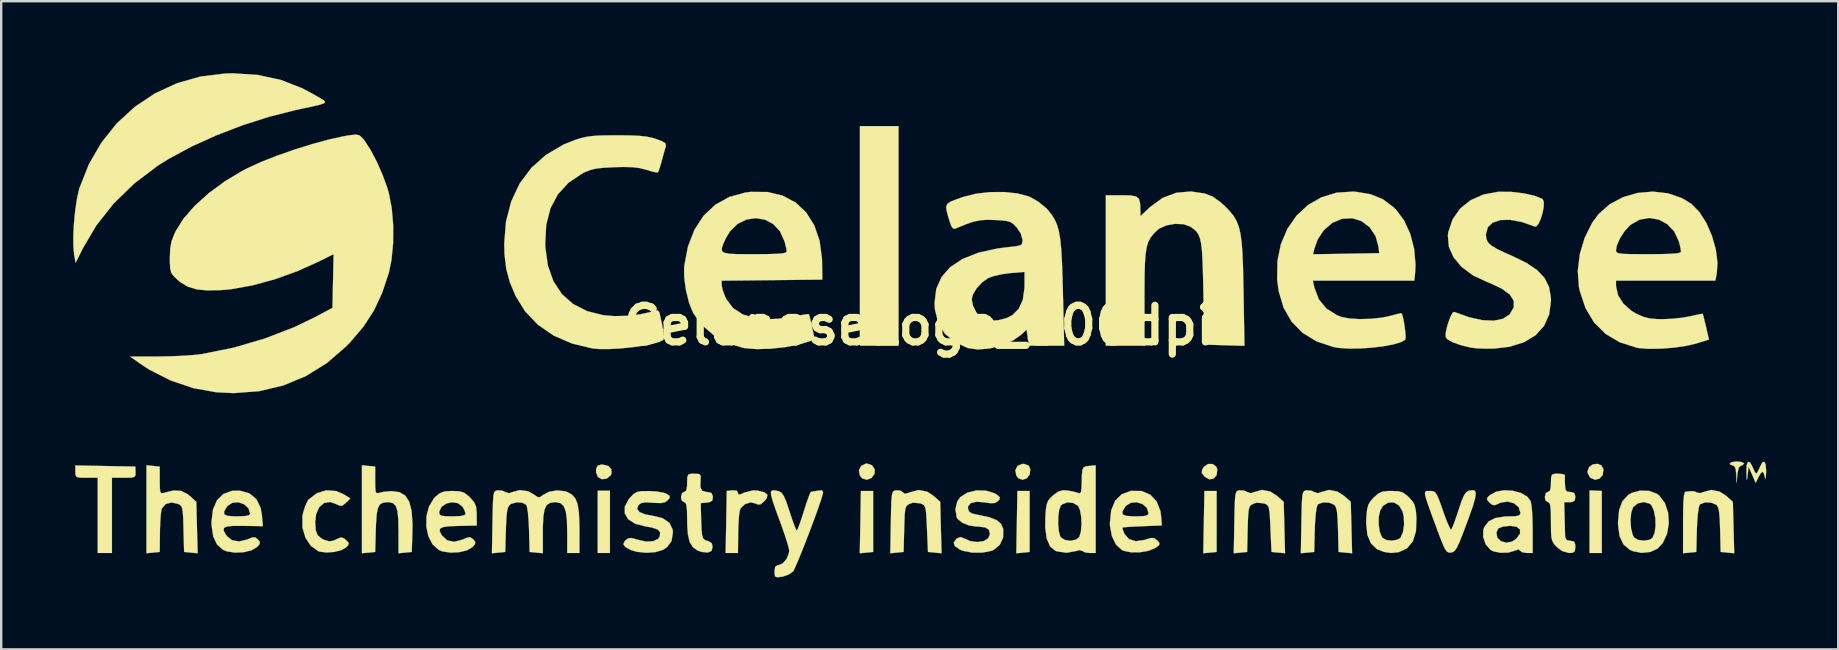
<source format=kicad_pcb>
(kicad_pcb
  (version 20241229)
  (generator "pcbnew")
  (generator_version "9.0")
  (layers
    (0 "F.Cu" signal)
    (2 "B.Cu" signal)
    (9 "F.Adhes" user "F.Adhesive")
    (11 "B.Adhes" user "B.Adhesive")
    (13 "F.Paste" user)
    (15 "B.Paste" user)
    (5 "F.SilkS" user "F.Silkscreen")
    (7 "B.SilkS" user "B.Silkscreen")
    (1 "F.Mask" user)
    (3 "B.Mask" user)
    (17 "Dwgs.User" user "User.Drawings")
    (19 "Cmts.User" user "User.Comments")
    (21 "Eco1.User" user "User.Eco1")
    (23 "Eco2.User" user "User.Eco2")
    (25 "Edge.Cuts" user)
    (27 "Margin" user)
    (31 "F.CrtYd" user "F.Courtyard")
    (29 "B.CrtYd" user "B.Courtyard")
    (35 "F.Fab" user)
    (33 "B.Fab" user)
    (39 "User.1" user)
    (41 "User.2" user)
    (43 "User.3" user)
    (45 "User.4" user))
  (footprint "CelaneseLogo_300dpi"
    (layer "F.Cu")
    (at 35.226 10.502)
    (property "Reference" "CelaneseLogo_300dpi" (at 0 0 0) (layer "F.SilkS") (effects (font (size 1.524 1.524) (thickness 0.3))))
    (attr through_hole)
    (fp_poly (pts (xy -12.869 9.483) (xy -13.377 9.483) (xy -13.377 6.889) (xy -12.869 6.889) (xy -12.869 9.483)) (stroke (width 0.01) (type solid)) (fill yes) (layer "F.SilkS"))
    (fp_poly (pts (xy -0.847 0.847) (xy -2.455 0.847) (xy -2.455 -8.297) (xy -0.847 -8.297) (xy -0.847 0.847)) (stroke (width 0.01) (type solid)) (fill yes) (layer "F.SilkS"))
    (fp_poly (pts (xy 28.448 6.899) (xy 28.448 9.483) (xy 27.94 9.483) (xy 27.94 6.878) (xy 28.448 6.899)) (stroke (width 0.01) (type solid)) (fill yes) (layer "F.SilkS"))
    (fp_poly (pts (xy -1.905 9.44) (xy -2.182 9.467) (xy -2.46 9.494) (xy -2.436 8.197) (xy -2.413 6.9) (xy -1.905 6.9) (xy -1.905 9.44)) (stroke (width 0.01) (type solid)) (fill yes) (layer "F.SilkS"))
    (fp_poly (pts (xy 4.614 9.44) (xy 4.337 9.467) (xy 4.06 9.494) (xy 4.083 8.197) (xy 4.106 6.9) (xy 4.614 6.9) (xy 4.614 9.44)) (stroke (width 0.01) (type solid)) (fill yes) (layer "F.SilkS"))
    (fp_poly (pts (xy 12.404 9.44) (xy 12.126 9.467) (xy 11.849 9.494) (xy 11.872 8.197) (xy 11.896 6.9) (xy 12.404 6.9) (xy 12.404 9.44)) (stroke (width 0.01) (type solid)) (fill yes) (layer "F.SilkS"))
    (fp_poly (pts (xy -1.956 5.827) (xy -1.84 5.997) (xy -1.844 6.181) (xy -1.975 6.362) (xy -2.164 6.432) (xy -2.354 6.38) (xy -2.455 6.265) (xy -2.496 6.044) (xy -2.404 5.857) (xy -2.21 5.761) (xy -2.159 5.757) (xy -1.956 5.827)) (stroke (width 0.01) (type solid)) (fill yes) (layer "F.SilkS"))
    (fp_poly (pts (xy 4.387 5.773) (xy 4.575 5.845) (xy 4.642 5.995) (xy 4.615 6.22) (xy 4.494 6.373) (xy 4.326 6.433) (xy 4.155 6.377) (xy 4.064 6.265) (xy 4.018 6.041) (xy 4.107 5.86) (xy 4.298 5.773) (xy 4.387 5.773)) (stroke (width 0.01) (type solid)) (fill yes) (layer "F.SilkS"))
    (fp_poly (pts (xy 12.235 5.776) (xy 12.386 5.881) (xy 12.431 5.995) (xy 12.407 6.237) (xy 12.282 6.385) (xy 12.1 6.415) (xy 11.902 6.302) (xy 11.786 6.153) (xy 11.799 6.017) (xy 11.879 5.892) (xy 12.044 5.776) (xy 12.235 5.776)) (stroke (width 0.01) (type solid)) (fill yes) (layer "F.SilkS"))
    (fp_poly (pts (xy -12.942 5.855) (xy -12.809 5.996) (xy -12.806 6.183) (xy -12.836 6.244) (xy -13.002 6.386) (xy -13.206 6.411) (xy -13.37 6.316) (xy -13.443 6.135) (xy -13.447 5.995) (xy -13.386 5.849) (xy -13.226 5.801) (xy -13.175 5.8) (xy -12.942 5.855)) (stroke (width 0.01) (type solid)) (fill yes) (layer "F.SilkS"))
    (fp_poly (pts (xy 28.425 5.829) (xy 28.517 5.987) (xy 28.518 5.995) (xy 28.489 6.226) (xy 28.358 6.382) (xy 28.174 6.434) (xy 27.981 6.355) (xy 27.957 6.333) (xy 27.866 6.162) (xy 27.855 6.089) (xy 27.918 5.906) (xy 28.071 5.796) (xy 28.259 5.768) (xy 28.425 5.829)) (stroke (width 0.01) (type solid)) (fill yes) (layer "F.SilkS"))
    (fp_poly (pts (xy 34.274 5.694) (xy 34.372 5.746) (xy 34.375 5.757) (xy 34.306 5.833) (xy 34.253 5.842) (xy 34.157 5.921) (xy 34.102 6.16) (xy 34.098 6.202) (xy 34.066 6.562) (xy 34.051 6.202) (xy 34.02 5.954) (xy 33.947 5.849) (xy 33.909 5.842) (xy 33.796 5.796) (xy 33.782 5.757) (xy 33.856 5.701) (xy 34.039 5.673) (xy 34.078 5.673) (xy 34.274 5.694)) (stroke (width 0.01) (type solid)) (fill yes) (layer "F.SilkS"))
    (fp_poly (pts (xy -33.888 5.861) (xy -32.639 5.884) (xy -32.63 6.117) (xy -32.634 6.247) (xy -32.684 6.317) (xy -32.819 6.345) (xy -33.079 6.35) (xy -33.117 6.35) (xy -33.613 6.35) (xy -33.613 9.483) (xy -34.205 9.483) (xy -34.205 6.35) (xy -34.671 6.35) (xy -34.937 6.346) (xy -35.076 6.318) (xy -35.128 6.243) (xy -35.137 6.099) (xy -35.137 6.094) (xy -35.137 5.837) (xy -33.888 5.861)) (stroke (width 0.01) (type solid)) (fill yes) (layer "F.SilkS"))
    (fp_poly (pts (xy -7.586 6.886) (xy -7.535 6.973) (xy -7.516 7.048) (xy -7.431 7.041) (xy -7.274 6.969) (xy -6.912 6.876) (xy -6.71 6.887) (xy -6.428 6.958) (xy -6.306 7.059) (xy -6.337 7.202) (xy -6.429 7.317) (xy -6.583 7.452) (xy -6.705 7.465) (xy -6.779 7.428) (xy -7.003 7.375) (xy -7.238 7.445) (xy -7.416 7.609) (xy -7.46 7.705) (xy -7.487 7.883) (xy -7.509 8.178) (xy -7.524 8.539) (xy -7.527 8.7) (xy -7.535 9.483) (xy -8.048 9.483) (xy -8.024 8.191) (xy -8.001 6.9) (xy -7.768 6.874) (xy -7.586 6.886)) (stroke (width 0.01) (type solid)) (fill yes) (layer "F.SilkS"))
    (fp_poly (pts (xy 35.273 5.793) (xy 35.294 6.053) (xy 35.293 6.117) (xy 35.281 6.318) (xy 35.262 6.386) (xy 35.245 6.329) (xy 35.199 6.16) (xy 35.145 6.096) (xy 35.066 6.164) (xy 34.97 6.329) (xy 34.97 6.329) (xy 34.861 6.562) (xy 34.712 6.223) (xy 34.563 5.884) (xy 34.526 6.223) (xy 34.504 6.402) (xy 34.49 6.437) (xy 34.481 6.319) (xy 34.474 6.117) (xy 34.485 5.83) (xy 34.537 5.689) (xy 34.618 5.702) (xy 34.719 5.875) (xy 34.739 5.927) (xy 34.818 6.102) (xy 34.88 6.18) (xy 34.883 6.181) (xy 34.942 6.11) (xy 35.021 5.94) (xy 35.026 5.927) (xy 35.129 5.722) (xy 35.215 5.68) (xy 35.273 5.793)) (stroke (width 0.01) (type solid)) (fill yes) (layer "F.SilkS"))
    (fp_poly (pts (xy -31.898 5.858) (xy -31.623 5.884) (xy -31.623 6.46) (xy -31.619 6.763) (xy -31.601 6.93) (xy -31.558 6.993) (xy -31.478 6.987) (xy -31.454 6.98) (xy -31.053 6.881) (xy -30.74 6.895) (xy -30.474 7.024) (xy -30.384 7.097) (xy -30.099 7.352) (xy -30.071 8.423) (xy -30.043 9.494) (xy -30.607 9.44) (xy -30.631 8.485) (xy -30.643 8.07) (xy -30.66 7.792) (xy -30.688 7.62) (xy -30.734 7.521) (xy -30.805 7.463) (xy -30.858 7.437) (xy -31.135 7.378) (xy -31.375 7.445) (xy -31.53 7.621) (xy -31.55 7.68) (xy -31.577 7.867) (xy -31.599 8.168) (xy -31.613 8.531) (xy -31.615 8.674) (xy -31.623 9.44) (xy -31.898 9.467) (xy -32.173 9.493) (xy -32.173 5.831) (xy -31.898 5.858)) (stroke (width 0.01) (type solid)) (fill yes) (layer "F.SilkS"))
    (fp_poly (pts (xy -22.924 5.858) (xy -22.648 5.884) (xy -22.648 6.46) (xy -22.645 6.763) (xy -22.627 6.929) (xy -22.584 6.992) (xy -22.504 6.984) (xy -22.479 6.975) (xy -22.286 6.935) (xy -22.021 6.911) (xy -21.956 6.909) (xy -21.635 6.95) (xy -21.395 7.092) (xy -21.229 7.348) (xy -21.131 7.731) (xy -21.094 8.255) (xy -21.098 8.636) (xy -21.124 9.44) (xy -21.675 9.493) (xy -21.675 8.563) (xy -21.684 8.082) (xy -21.717 7.747) (xy -21.784 7.532) (xy -21.894 7.414) (xy -22.055 7.369) (xy -22.13 7.366) (xy -22.317 7.385) (xy -22.448 7.458) (xy -22.534 7.612) (xy -22.585 7.872) (xy -22.613 8.262) (xy -22.622 8.509) (xy -22.648 9.44) (xy -23.199 9.493) (xy -23.199 5.831) (xy -22.924 5.858)) (stroke (width 0.01) (type solid)) (fill yes) (layer "F.SilkS"))
    (fp_poly (pts (xy 17.437 6.925) (xy 17.715 7.105) (xy 17.992 7.352) (xy 18.02 8.423) (xy 18.048 9.494) (xy 17.484 9.44) (xy 17.461 8.509) (xy 17.445 8.079) (xy 17.421 7.788) (xy 17.383 7.605) (xy 17.327 7.5) (xy 17.296 7.472) (xy 17.084 7.385) (xy 16.84 7.375) (xy 16.643 7.444) (xy 16.608 7.477) (xy 16.568 7.603) (xy 16.533 7.859) (xy 16.505 8.204) (xy 16.492 8.514) (xy 16.468 9.44) (xy 16.19 9.467) (xy 15.913 9.494) (xy 15.936 8.197) (xy 15.946 7.703) (xy 15.957 7.354) (xy 15.974 7.122) (xy 16.001 6.983) (xy 16.041 6.912) (xy 16.1 6.882) (xy 16.155 6.873) (xy 16.359 6.89) (xy 16.467 6.942) (xy 16.623 6.995) (xy 16.753 6.949) (xy 17.09 6.857) (xy 17.437 6.925)) (stroke (width 0.01) (type solid)) (fill yes) (layer "F.SilkS"))
    (fp_poly (pts (xy 33.354 6.925) (xy 33.632 7.105) (xy 33.909 7.352) (xy 33.937 8.423) (xy 33.965 9.494) (xy 33.401 9.44) (xy 33.378 8.509) (xy 33.363 8.079) (xy 33.338 7.788) (xy 33.301 7.605) (xy 33.245 7.5) (xy 33.214 7.472) (xy 33.002 7.385) (xy 32.757 7.375) (xy 32.561 7.444) (xy 32.525 7.477) (xy 32.486 7.603) (xy 32.45 7.859) (xy 32.422 8.204) (xy 32.409 8.514) (xy 32.385 9.44) (xy 32.11 9.467) (xy 31.835 9.493) (xy 31.835 8.218) (xy 31.838 7.695) (xy 31.851 7.323) (xy 31.873 7.083) (xy 31.907 6.959) (xy 31.941 6.93) (xy 32.176 6.907) (xy 32.308 6.916) (xy 32.398 6.962) (xy 32.401 6.964) (xy 32.557 6.989) (xy 32.67 6.949) (xy 33.008 6.857) (xy 33.354 6.925)) (stroke (width 0.01) (type solid)) (fill yes) (layer "F.SilkS"))
    (fp_poly (pts (xy 14.643 6.925) (xy 14.921 7.105) (xy 15.198 7.352) (xy 15.226 8.423) (xy 15.254 9.494) (xy 14.69 9.44) (xy 14.647 8.468) (xy 14.628 8.051) (xy 14.607 7.772) (xy 14.578 7.599) (xy 14.531 7.502) (xy 14.46 7.449) (xy 14.376 7.416) (xy 14.071 7.388) (xy 13.934 7.432) (xy 13.842 7.482) (xy 13.78 7.551) (xy 13.742 7.673) (xy 13.719 7.88) (xy 13.705 8.203) (xy 13.698 8.485) (xy 13.674 9.44) (xy 13.396 9.467) (xy 13.119 9.494) (xy 13.142 8.197) (xy 13.152 7.703) (xy 13.163 7.354) (xy 13.18 7.122) (xy 13.207 6.983) (xy 13.247 6.912) (xy 13.306 6.882) (xy 13.361 6.873) (xy 13.565 6.89) (xy 13.673 6.942) (xy 13.829 6.995) (xy 13.959 6.949) (xy 14.296 6.857) (xy 14.643 6.925)) (stroke (width 0.01) (type solid)) (fill yes) (layer "F.SilkS"))
    (fp_poly (pts (xy 0.348 6.929) (xy 0.612 7.105) (xy 0.889 7.352) (xy 0.917 8.423) (xy 0.945 9.494) (xy 0.381 9.44) (xy 0.339 8.468) (xy 0.319 8.051) (xy 0.299 7.772) (xy 0.269 7.599) (xy 0.223 7.502) (xy 0.151 7.449) (xy 0.067 7.416) (xy -0.238 7.388) (xy -0.375 7.432) (xy -0.467 7.482) (xy -0.529 7.551) (xy -0.567 7.673) (xy -0.59 7.88) (xy -0.603 8.203) (xy -0.611 8.485) (xy -0.635 9.44) (xy -0.912 9.467) (xy -1.19 9.494) (xy -1.166 8.197) (xy -1.157 7.704) (xy -1.146 7.354) (xy -1.129 7.122) (xy -1.103 6.984) (xy -1.062 6.912) (xy -1.002 6.882) (xy -0.941 6.872) (xy -0.759 6.89) (xy -0.672 6.952) (xy -0.587 7.016) (xy -0.435 6.981) (xy -0.383 6.959) (xy -0.003 6.861) (xy 0.348 6.929)) (stroke (width 0.01) (type solid)) (fill yes) (layer "F.SilkS"))
    (fp_poly (pts (xy -27.539 -10.429) (xy -26.583 -10.224) (xy -25.681 -9.873) (xy -25.095 -9.555) (xy -24.907 -9.444) (xy -24.781 -9.364) (xy -24.732 -9.303) (xy -24.776 -9.251) (xy -24.928 -9.197) (xy -25.205 -9.131) (xy -25.62 -9.042) (xy -25.95 -8.971) (xy -27.055 -8.692) (xy -28.176 -8.334) (xy -29.275 -7.911) (xy -30.309 -7.442) (xy -31.238 -6.942) (xy -31.702 -6.652) (xy -32.684 -5.91) (xy -33.542 -5.074) (xy -34.265 -4.16) (xy -34.806 -3.243) (xy -35.126 -2.607) (xy -35.185 -2.923) (xy -35.219 -3.276) (xy -35.221 -3.742) (xy -35.193 -4.268) (xy -35.14 -4.802) (xy -35.066 -5.293) (xy -34.976 -5.687) (xy -34.967 -5.715) (xy -34.57 -6.717) (xy -34.044 -7.622) (xy -33.402 -8.421) (xy -32.657 -9.103) (xy -31.82 -9.661) (xy -30.905 -10.084) (xy -29.923 -10.363) (xy -28.887 -10.49) (xy -28.575 -10.497) (xy -27.539 -10.429)) (stroke (width 0.01) (type solid)) (fill yes) (layer "F.SilkS"))
    (fp_poly (pts (xy -24.268 6.905) (xy -23.969 7.034) (xy -23.682 7.209) (xy -23.864 7.392) (xy -24.014 7.512) (xy -24.14 7.511) (xy -24.214 7.47) (xy -24.513 7.359) (xy -24.775 7.4) (xy -24.981 7.578) (xy -25.111 7.878) (xy -25.146 8.2) (xy -25.125 8.532) (xy -25.045 8.743) (xy -24.883 8.882) (xy -24.775 8.934) (xy -24.557 8.999) (xy -24.371 8.965) (xy -24.272 8.918) (xy -24.091 8.841) (xy -23.969 8.861) (xy -23.865 8.942) (xy -23.754 9.057) (xy -23.763 9.145) (xy -23.866 9.256) (xy -24.067 9.369) (xy -24.364 9.441) (xy -24.686 9.463) (xy -24.963 9.427) (xy -25.019 9.406) (xy -25.331 9.182) (xy -25.555 8.841) (xy -25.675 8.423) (xy -25.677 7.964) (xy -25.651 7.818) (xy -25.567 7.542) (xy -25.462 7.316) (xy -25.417 7.253) (xy -25.075 6.991) (xy -24.679 6.873) (xy -24.268 6.905)) (stroke (width 0.01) (type solid)) (fill yes) (layer "F.SilkS"))
    (fp_poly (pts (xy 30.416 6.898) (xy 30.738 7.012) (xy 30.837 7.084) (xy 31.077 7.402) (xy 31.211 7.805) (xy 31.241 8.246) (xy 31.168 8.68) (xy 30.993 9.06) (xy 30.775 9.299) (xy 30.474 9.44) (xy 30.107 9.477) (xy 29.74 9.407) (xy 29.613 9.35) (xy 29.351 9.125) (xy 29.19 8.782) (xy 29.127 8.31) (xy 29.125 8.209) (xy 29.133 8.119) (xy 29.645 8.119) (xy 29.667 8.449) (xy 29.735 8.727) (xy 29.798 8.843) (xy 29.969 8.94) (xy 30.21 8.971) (xy 30.44 8.933) (xy 30.556 8.858) (xy 30.651 8.646) (xy 30.691 8.347) (xy 30.679 8.017) (xy 30.619 7.713) (xy 30.516 7.492) (xy 30.454 7.433) (xy 30.203 7.361) (xy 29.942 7.418) (xy 29.752 7.579) (xy 29.673 7.806) (xy 29.645 8.119) (xy 29.133 8.119) (xy 29.171 7.7) (xy 29.312 7.323) (xy 29.556 7.062) (xy 29.694 6.982) (xy 30.046 6.886) (xy 30.416 6.898)) (stroke (width 0.01) (type solid)) (fill yes) (layer "F.SilkS"))
    (fp_poly (pts (xy 23.168 6.899) (xy 23.2 7.009) (xy 23.171 7.212) (xy 23.079 7.527) (xy 22.924 7.971) (xy 22.833 8.218) (xy 22.657 8.688) (xy 22.524 9.021) (xy 22.422 9.241) (xy 22.338 9.373) (xy 22.259 9.44) (xy 22.172 9.465) (xy 22.167 9.466) (xy 22.08 9.467) (xy 22.007 9.432) (xy 21.932 9.338) (xy 21.844 9.16) (xy 21.729 8.876) (xy 21.574 8.462) (xy 21.523 8.323) (xy 21.336 7.815) (xy 21.203 7.445) (xy 21.12 7.191) (xy 21.084 7.031) (xy 21.091 6.944) (xy 21.137 6.907) (xy 21.22 6.9) (xy 21.294 6.9) (xy 21.41 6.908) (xy 21.499 6.951) (xy 21.577 7.057) (xy 21.665 7.255) (xy 21.78 7.575) (xy 21.832 7.725) (xy 21.955 8.063) (xy 22.062 8.327) (xy 22.142 8.484) (xy 22.174 8.514) (xy 22.223 8.423) (xy 22.308 8.207) (xy 22.414 7.904) (xy 22.478 7.708) (xy 22.603 7.337) (xy 22.703 7.098) (xy 22.794 6.962) (xy 22.893 6.897) (xy 22.925 6.887) (xy 23.076 6.864) (xy 23.168 6.899)) (stroke (width 0.01) (type solid)) (fill yes) (layer "F.SilkS"))
    (fp_poly (pts (xy 19.975 6.913) (xy 20.17 6.97) (xy 20.344 7.099) (xy 20.421 7.174) (xy 20.571 7.341) (xy 20.658 7.505) (xy 20.704 7.725) (xy 20.728 8.032) (xy 20.708 8.578) (xy 20.578 8.997) (xy 20.339 9.287) (xy 19.992 9.448) (xy 19.668 9.482) (xy 19.371 9.437) (xy 19.092 9.327) (xy 19.08 9.32) (xy 18.832 9.081) (xy 18.684 8.726) (xy 18.64 8.294) (xy 19.155 8.294) (xy 19.2 8.602) (xy 19.289 8.827) (xy 19.304 8.848) (xy 19.476 8.944) (xy 19.718 8.97) (xy 19.949 8.927) (xy 20.063 8.851) (xy 20.165 8.629) (xy 20.213 8.314) (xy 20.202 7.975) (xy 20.154 7.757) (xy 20.002 7.503) (xy 19.786 7.378) (xy 19.548 7.383) (xy 19.334 7.522) (xy 19.218 7.709) (xy 19.159 7.972) (xy 19.155 8.294) (xy 18.64 8.294) (xy 18.635 8.243) (xy 18.643 7.99) (xy 18.673 7.672) (xy 18.731 7.46) (xy 18.84 7.291) (xy 18.95 7.173) (xy 19.135 7.01) (xy 19.313 6.928) (xy 19.558 6.902) (xy 19.685 6.9) (xy 19.975 6.913)) (stroke (width 0.01) (type solid)) (fill yes) (layer "F.SilkS"))
    (fp_poly (pts (xy -9.161 6.192) (xy -9.088 6.259) (xy -9.092 6.429) (xy -9.094 6.452) (xy -9.102 6.734) (xy -9.03 6.888) (xy -8.863 6.941) (xy -8.817 6.943) (xy -8.646 6.977) (xy -8.585 7.109) (xy -8.582 7.15) (xy -8.603 7.301) (xy -8.722 7.367) (xy -8.828 7.382) (xy -9.086 7.408) (xy -9.068 8.128) (xy -9.054 8.504) (xy -9.029 8.745) (xy -8.981 8.883) (xy -8.897 8.953) (xy -8.767 8.988) (xy -8.763 8.989) (xy -8.624 9.081) (xy -8.594 9.23) (xy -8.635 9.397) (xy -8.79 9.461) (xy -8.805 9.462) (xy -9.045 9.44) (xy -9.227 9.376) (xy -9.418 9.235) (xy -9.545 9.026) (xy -9.619 8.718) (xy -9.649 8.284) (xy -9.651 8.107) (xy -9.657 7.741) (xy -9.676 7.515) (xy -9.714 7.4) (xy -9.775 7.366) (xy -9.779 7.366) (xy -9.881 7.292) (xy -9.906 7.154) (xy -9.862 6.984) (xy -9.779 6.943) (xy -9.695 6.893) (xy -9.657 6.723) (xy -9.652 6.562) (xy -9.646 6.328) (xy -9.603 6.217) (xy -9.488 6.183) (xy -9.357 6.181) (xy -9.161 6.192)) (stroke (width 0.01) (type solid)) (fill yes) (layer "F.SilkS"))
    (fp_poly (pts (xy -27.889 6.999) (xy -27.598 7.238) (xy -27.419 7.601) (xy -27.366 7.902) (xy -27.328 8.366) (xy -28.142 8.353) (xy -28.556 8.353) (xy -28.819 8.379) (xy -28.948 8.439) (xy -28.961 8.546) (xy -28.877 8.71) (xy -28.831 8.776) (xy -28.613 8.951) (xy -28.316 9.004) (xy -27.985 8.926) (xy -27.955 8.913) (xy -27.76 8.833) (xy -27.643 8.835) (xy -27.535 8.92) (xy -27.448 9.029) (xy -27.472 9.126) (xy -27.58 9.245) (xy -27.806 9.375) (xy -28.131 9.451) (xy -28.49 9.467) (xy -28.819 9.418) (xy -28.976 9.355) (xy -29.234 9.132) (xy -29.393 8.801) (xy -29.461 8.344) (xy -29.464 8.187) (xy -29.428 7.87) (xy -28.94 7.87) (xy -28.811 7.934) (xy -28.536 7.957) (xy -28.406 7.959) (xy -28.078 7.947) (xy -27.901 7.908) (xy -27.855 7.851) (xy -27.927 7.617) (xy -28.109 7.452) (xy -28.349 7.371) (xy -28.597 7.39) (xy -28.801 7.525) (xy -28.824 7.554) (xy -28.939 7.749) (xy -28.94 7.87) (xy -29.428 7.87) (xy -29.406 7.681) (xy -29.239 7.291) (xy -28.971 7.025) (xy -28.609 6.894) (xy -28.29 6.888) (xy -27.889 6.999)) (stroke (width 0.01) (type solid)) (fill yes) (layer "F.SilkS"))
    (fp_poly (pts (xy 26.821 6.197) (xy 26.913 6.236) (xy 26.914 6.244) (xy 26.91 6.364) (xy 26.913 6.578) (xy 26.914 6.625) (xy 26.935 6.835) (xy 27.002 6.925) (xy 27.136 6.943) (xy 27.297 6.978) (xy 27.346 7.115) (xy 27.347 7.154) (xy 27.317 7.31) (xy 27.19 7.363) (xy 27.114 7.366) (xy 26.882 7.366) (xy 26.9 8.022) (xy 26.909 8.357) (xy 26.916 8.638) (xy 26.921 8.813) (xy 26.921 8.826) (xy 26.989 8.947) (xy 27.136 8.975) (xy 27.287 9.002) (xy 27.342 9.118) (xy 27.347 9.229) (xy 27.327 9.407) (xy 27.231 9.474) (xy 27.087 9.483) (xy 26.791 9.401) (xy 26.579 9.235) (xy 26.464 9.112) (xy 26.392 8.993) (xy 26.352 8.836) (xy 26.335 8.6) (xy 26.331 8.242) (xy 26.331 8.177) (xy 26.327 7.792) (xy 26.31 7.547) (xy 26.278 7.416) (xy 26.224 7.368) (xy 26.204 7.366) (xy 26.102 7.292) (xy 26.077 7.154) (xy 26.121 6.984) (xy 26.204 6.943) (xy 26.288 6.893) (xy 26.326 6.723) (xy 26.331 6.562) (xy 26.338 6.328) (xy 26.381 6.217) (xy 26.496 6.183) (xy 26.628 6.181) (xy 26.821 6.197)) (stroke (width 0.01) (type solid)) (fill yes) (layer "F.SilkS"))
    (fp_poly (pts (xy 2.79 6.886) (xy 3.147 6.993) (xy 3.266 7.066) (xy 3.376 7.17) (xy 3.349 7.263) (xy 3.298 7.319) (xy 3.174 7.399) (xy 2.99 7.411) (xy 2.784 7.38) (xy 2.417 7.347) (xy 2.168 7.401) (xy 2.051 7.537) (xy 2.047 7.641) (xy 2.094 7.763) (xy 2.22 7.84) (xy 2.467 7.897) (xy 2.498 7.902) (xy 2.943 7.998) (xy 3.245 8.117) (xy 3.427 8.275) (xy 3.515 8.486) (xy 3.517 8.495) (xy 3.509 8.846) (xy 3.367 9.148) (xy 3.115 9.357) (xy 3.038 9.389) (xy 2.652 9.467) (xy 2.226 9.468) (xy 1.841 9.394) (xy 1.714 9.343) (xy 1.499 9.197) (xy 1.451 9.049) (xy 1.566 8.89) (xy 1.573 8.884) (xy 1.735 8.819) (xy 1.851 8.863) (xy 2.143 8.989) (xy 2.441 9.028) (xy 2.705 8.987) (xy 2.893 8.871) (xy 2.963 8.689) (xy 2.919 8.517) (xy 2.77 8.42) (xy 2.49 8.383) (xy 2.402 8.382) (xy 2.095 8.338) (xy 1.814 8.225) (xy 1.619 8.07) (xy 1.577 7.997) (xy 1.522 7.659) (xy 1.601 7.336) (xy 1.726 7.156) (xy 2.019 6.971) (xy 2.394 6.879) (xy 2.79 6.886)) (stroke (width 0.01) (type solid)) (fill yes) (layer "F.SilkS"))
    (fp_poly (pts (xy 11.917 -5.489) (xy 12.237 -5.364) (xy 12.56 -5.135) (xy 12.751 -4.96) (xy 12.948 -4.758) (xy 13.107 -4.563) (xy 13.232 -4.355) (xy 13.327 -4.112) (xy 13.398 -3.813) (xy 13.448 -3.437) (xy 13.482 -2.961) (xy 13.505 -2.365) (xy 13.521 -1.628) (xy 13.526 -1.373) (xy 13.563 0.853) (xy 11.896 0.804) (xy 11.853 -1.359) (xy 11.838 -2.065) (xy 11.821 -2.623) (xy 11.798 -3.053) (xy 11.764 -3.376) (xy 11.715 -3.614) (xy 11.647 -3.786) (xy 11.557 -3.915) (xy 11.439 -4.02) (xy 11.301 -4.116) (xy 11.023 -4.214) (xy 10.67 -4.227) (xy 10.311 -4.164) (xy 10.012 -4.03) (xy 9.939 -3.972) (xy 9.778 -3.812) (xy 9.652 -3.655) (xy 9.557 -3.476) (xy 9.49 -3.254) (xy 9.444 -2.964) (xy 9.417 -2.584) (xy 9.403 -2.092) (xy 9.398 -1.462) (xy 9.398 -1.146) (xy 9.398 0.847) (xy 7.789 0.847) (xy 7.789 -5.419) (xy 8.457 -5.419) (xy 8.82 -5.411) (xy 9.046 -5.369) (xy 9.167 -5.268) (xy 9.217 -5.081) (xy 9.228 -4.793) (xy 9.229 -4.549) (xy 9.642 -4.935) (xy 10.155 -5.308) (xy 10.724 -5.522) (xy 11.342 -5.575) (xy 11.917 -5.489)) (stroke (width 0.01) (type solid)) (fill yes) (layer "F.SilkS"))
    (fp_poly (pts (xy -10.929 6.923) (xy -10.655 6.968) (xy -10.513 7.017) (xy -10.379 7.107) (xy -10.383 7.192) (xy -10.455 7.28) (xy -10.57 7.368) (xy -10.736 7.404) (xy -11.005 7.396) (xy -11.078 7.39) (xy -11.378 7.374) (xy -11.559 7.401) (xy -11.671 7.478) (xy -11.679 7.487) (xy -11.738 7.647) (xy -11.637 7.78) (xy -11.383 7.881) (xy -11.09 7.932) (xy -10.673 8.035) (xy -10.394 8.226) (xy -10.258 8.5) (xy -10.245 8.638) (xy -10.303 8.988) (xy -10.49 9.241) (xy -10.666 9.355) (xy -10.976 9.448) (xy -11.364 9.474) (xy -11.753 9.433) (xy -11.991 9.361) (xy -12.229 9.233) (xy -12.311 9.115) (xy -12.247 8.985) (xy -12.208 8.947) (xy -12.095 8.869) (xy -11.965 8.859) (xy -11.754 8.918) (xy -11.706 8.934) (xy -11.362 9.009) (xy -11.066 8.994) (xy -10.858 8.894) (xy -10.789 8.787) (xy -10.777 8.623) (xy -10.876 8.507) (xy -11.107 8.425) (xy -11.406 8.373) (xy -11.82 8.264) (xy -12.105 8.079) (xy -12.251 7.836) (xy -12.247 7.552) (xy -12.086 7.245) (xy -12.029 7.177) (xy -11.88 7.024) (xy -11.738 6.942) (xy -11.545 6.909) (xy -11.246 6.904) (xy -10.929 6.923)) (stroke (width 0.01) (type solid)) (fill yes) (layer "F.SilkS"))
    (fp_poly (pts (xy 7.366 9.483) (xy 7.117 9.483) (xy 6.922 9.458) (xy 6.818 9.401) (xy 6.7 9.363) (xy 6.553 9.401) (xy 6.152 9.474) (xy 5.746 9.414) (xy 5.69 9.394) (xy 5.473 9.217) (xy 5.33 8.895) (xy 5.265 8.438) (xy 5.266 8.285) (xy 5.803 8.285) (xy 5.831 8.584) (xy 5.892 8.798) (xy 5.916 8.834) (xy 6.096 8.946) (xy 6.334 8.975) (xy 6.557 8.923) (xy 6.686 8.811) (xy 6.752 8.586) (xy 6.776 8.28) (xy 6.761 7.957) (xy 6.709 7.679) (xy 6.633 7.521) (xy 6.428 7.397) (xy 6.179 7.376) (xy 5.963 7.46) (xy 5.917 7.504) (xy 5.846 7.682) (xy 5.808 7.963) (xy 5.803 8.285) (xy 5.266 8.285) (xy 5.269 8.009) (xy 5.293 7.666) (xy 5.33 7.444) (xy 5.395 7.292) (xy 5.506 7.163) (xy 5.585 7.09) (xy 5.804 6.926) (xy 6.006 6.871) (xy 6.17 6.879) (xy 6.419 6.921) (xy 6.613 6.975) (xy 6.625 6.98) (xy 6.711 6.998) (xy 6.758 6.932) (xy 6.778 6.748) (xy 6.783 6.592) (xy 6.792 6.247) (xy 6.812 6.037) (xy 6.856 5.926) (xy 6.941 5.878) (xy 7.079 5.859) (xy 7.091 5.858) (xy 7.366 5.831) (xy 7.366 9.483)) (stroke (width 0.01) (type solid)) (fill yes) (layer "F.SilkS"))
    (fp_poly (pts (xy 9.283 6.903) (xy 9.64 7.055) (xy 9.906 7.337) (xy 10.062 7.734) (xy 10.093 7.965) (xy 10.118 8.336) (xy 9.313 8.367) (xy 8.964 8.383) (xy 8.684 8.4) (xy 8.514 8.417) (xy 8.48 8.426) (xy 8.493 8.512) (xy 8.563 8.683) (xy 8.565 8.688) (xy 8.755 8.908) (xy 9.039 8.993) (xy 9.403 8.939) (xy 9.449 8.924) (xy 9.67 8.859) (xy 9.805 8.867) (xy 9.92 8.952) (xy 9.933 8.964) (xy 10.027 9.074) (xy 10.009 9.155) (xy 9.865 9.263) (xy 9.848 9.274) (xy 9.569 9.391) (xy 9.21 9.453) (xy 8.841 9.456) (xy 8.534 9.395) (xy 8.457 9.36) (xy 8.211 9.13) (xy 8.041 8.779) (xy 7.962 8.344) (xy 7.959 8.227) (xy 7.996 7.87) (xy 8.483 7.87) (xy 8.612 7.934) (xy 8.886 7.957) (xy 9.017 7.959) (xy 9.32 7.952) (xy 9.488 7.925) (xy 9.558 7.869) (xy 9.567 7.817) (xy 9.495 7.597) (xy 9.314 7.444) (xy 9.074 7.37) (xy 8.827 7.391) (xy 8.625 7.521) (xy 8.598 7.554) (xy 8.484 7.749) (xy 8.483 7.87) (xy 7.996 7.87) (xy 8.014 7.703) (xy 8.178 7.306) (xy 8.45 7.037) (xy 8.829 6.899) (xy 8.85 6.896) (xy 9.283 6.903)) (stroke (width 0.01) (type solid)) (fill yes) (layer "F.SilkS"))
    (fp_poly (pts (xy -5.99 6.878) (xy -5.836 6.91) (xy -5.721 6.977) (xy -5.626 7.109) (xy -5.528 7.335) (xy -5.409 7.688) (xy -5.378 7.783) (xy -5.268 8.113) (xy -5.173 8.372) (xy -5.106 8.525) (xy -5.085 8.55) (xy -5.042 8.475) (xy -4.964 8.271) (xy -4.863 7.974) (xy -4.791 7.746) (xy -4.682 7.406) (xy -4.587 7.136) (xy -4.519 6.971) (xy -4.495 6.936) (xy -4.383 6.918) (xy -4.202 6.889) (xy -4.034 6.876) (xy -3.989 6.939) (xy -4.011 7.058) (xy -4.077 7.276) (xy -4.187 7.6) (xy -4.331 7.999) (xy -4.495 8.441) (xy -4.669 8.895) (xy -4.839 9.33) (xy -4.995 9.715) (xy -5.124 10.018) (xy -5.214 10.209) (xy -5.24 10.253) (xy -5.414 10.377) (xy -5.659 10.464) (xy -5.694 10.47) (xy -5.901 10.495) (xy -5.99 10.456) (xy -6.011 10.32) (xy -6.011 10.256) (xy -5.987 10.065) (xy -5.895 9.995) (xy -5.844 9.991) (xy -5.67 9.917) (xy -5.513 9.734) (xy -5.415 9.5) (xy -5.401 9.376) (xy -5.431 9.227) (xy -5.511 8.957) (xy -5.628 8.603) (xy -5.772 8.2) (xy -5.793 8.144) (xy -5.97 7.662) (xy -6.088 7.317) (xy -6.151 7.087) (xy -6.163 6.95) (xy -6.126 6.886) (xy -6.044 6.873) (xy -5.99 6.878)) (stroke (width 0.01) (type solid)) (fill yes) (layer "F.SilkS"))
    (fp_poly (pts (xy 24.741 6.891) (xy 25.078 6.982) (xy 25.345 7.136) (xy 25.485 7.325) (xy 25.519 7.498) (xy 25.547 7.795) (xy 25.564 8.173) (xy 25.569 8.515) (xy 25.569 9.483) (xy 25.322 9.483) (xy 25.135 9.453) (xy 25.043 9.386) (xy 24.977 9.331) (xy 24.83 9.386) (xy 24.559 9.465) (xy 24.234 9.474) (xy 23.937 9.415) (xy 23.817 9.355) (xy 23.615 9.125) (xy 23.508 8.82) (xy 23.513 8.632) (xy 24.058 8.632) (xy 24.096 8.848) (xy 24.246 8.993) (xy 24.465 9.053) (xy 24.704 9.014) (xy 24.892 8.89) (xy 25.044 8.675) (xy 25.043 8.506) (xy 24.905 8.393) (xy 24.642 8.352) (xy 24.342 8.38) (xy 24.142 8.458) (xy 24.061 8.618) (xy 24.058 8.632) (xy 23.513 8.632) (xy 23.516 8.511) (xy 23.553 8.408) (xy 23.733 8.17) (xy 24.013 8.026) (xy 24.417 7.964) (xy 24.575 7.96) (xy 24.854 7.951) (xy 25.002 7.919) (xy 25.056 7.851) (xy 25.06 7.811) (xy 24.985 7.575) (xy 24.794 7.412) (xy 24.533 7.342) (xy 24.246 7.384) (xy 24.164 7.42) (xy 23.987 7.494) (xy 23.868 7.468) (xy 23.773 7.385) (xy 23.668 7.263) (xy 23.686 7.173) (xy 23.787 7.073) (xy 24.048 6.93) (xy 24.382 6.872) (xy 24.741 6.891)) (stroke (width 0.01) (type solid)) (fill yes) (layer "F.SilkS"))
    (fp_poly (pts (xy -19.138 6.914) (xy -18.943 6.972) (xy -18.767 7.104) (xy -18.696 7.173) (xy -18.528 7.365) (xy -18.446 7.553) (xy -18.42 7.814) (xy -18.419 7.893) (xy -18.415 8.34) (xy -19.175 8.355) (xy -19.577 8.371) (xy -19.829 8.407) (xy -19.949 8.474) (xy -19.958 8.583) (xy -19.874 8.745) (xy -19.867 8.755) (xy -19.644 8.959) (xy -19.349 9.017) (xy -19.007 8.926) (xy -18.999 8.922) (xy -18.798 8.837) (xy -18.679 8.83) (xy -18.578 8.903) (xy -18.56 8.92) (xy -18.474 9.029) (xy -18.497 9.126) (xy -18.605 9.245) (xy -18.832 9.375) (xy -19.156 9.451) (xy -19.515 9.467) (xy -19.843 9.419) (xy -20 9.356) (xy -20.261 9.118) (xy -20.435 8.776) (xy -20.518 8.372) (xy -20.509 7.948) (xy -20.471 7.802) (xy -19.981 7.802) (xy -19.96 7.887) (xy -19.873 7.935) (xy -19.682 7.955) (xy -19.431 7.959) (xy -19.104 7.947) (xy -18.927 7.908) (xy -18.881 7.851) (xy -18.926 7.704) (xy -19.012 7.554) (xy -19.199 7.409) (xy -19.441 7.37) (xy -19.686 7.424) (xy -19.883 7.558) (xy -19.979 7.759) (xy -19.981 7.802) (xy -20.471 7.802) (xy -20.405 7.547) (xy -20.202 7.21) (xy -20.141 7.145) (xy -19.957 6.995) (xy -19.765 6.922) (xy -19.491 6.901) (xy -19.427 6.9) (xy -19.138 6.914)) (stroke (width 0.01) (type solid)) (fill yes) (layer "F.SilkS"))
    (fp_poly (pts (xy -16.275 6.914) (xy -16.052 7.037) (xy -15.889 7.151) (xy -15.784 7.16) (xy -15.67 7.075) (xy -15.41 6.936) (xy -15.075 6.878) (xy -14.74 6.912) (xy -14.645 6.944) (xy -14.447 7.054) (xy -14.307 7.215) (xy -14.215 7.452) (xy -14.162 7.792) (xy -14.141 8.262) (xy -14.139 8.505) (xy -14.139 9.483) (xy -14.647 9.483) (xy -14.647 8.613) (xy -14.66 8.113) (xy -14.705 7.761) (xy -14.79 7.533) (xy -14.925 7.409) (xy -15.116 7.367) (xy -15.147 7.366) (xy -15.353 7.391) (xy -15.498 7.483) (xy -15.591 7.665) (xy -15.642 7.959) (xy -15.662 8.39) (xy -15.663 8.585) (xy -15.663 9.493) (xy -16.214 9.44) (xy -16.238 8.514) (xy -16.256 8.127) (xy -16.285 7.797) (xy -16.323 7.565) (xy -16.354 7.477) (xy -16.523 7.387) (xy -16.761 7.374) (xy -16.988 7.439) (xy -17.039 7.472) (xy -17.103 7.556) (xy -17.149 7.712) (xy -17.179 7.97) (xy -17.198 8.358) (xy -17.203 8.509) (xy -17.23 9.44) (xy -17.507 9.467) (xy -17.784 9.494) (xy -17.761 8.197) (xy -17.751 7.703) (xy -17.74 7.354) (xy -17.723 7.122) (xy -17.697 6.983) (xy -17.656 6.912) (xy -17.597 6.882) (xy -17.543 6.873) (xy -17.338 6.89) (xy -17.23 6.942) (xy -17.075 6.995) (xy -16.944 6.949) (xy -16.619 6.863) (xy -16.275 6.914)) (stroke (width 0.01) (type solid)) (fill yes) (layer "F.SilkS"))
    (fp_poly (pts (xy 18.211 -5.562) (xy 18.822 -5.459) (xy 19.33 -5.251) (xy 19.776 -4.918) (xy 19.876 -4.821) (xy 20.214 -4.369) (xy 20.471 -3.805) (xy 20.634 -3.173) (xy 20.689 -2.518) (xy 20.675 -2.217) (xy 20.641 -1.863) (xy 16.412 -1.863) (xy 16.471 -1.587) (xy 16.656 -1.092) (xy 16.973 -0.702) (xy 17.418 -0.422) (xy 17.602 -0.35) (xy 17.934 -0.284) (xy 18.369 -0.258) (xy 18.849 -0.272) (xy 19.313 -0.324) (xy 19.587 -0.381) (xy 19.85 -0.449) (xy 20.038 -0.495) (xy 20.101 -0.508) (xy 20.141 -0.433) (xy 20.187 -0.242) (xy 20.23 0.01) (xy 20.262 0.269) (xy 20.277 0.482) (xy 20.266 0.595) (xy 20.263 0.599) (xy 20.075 0.704) (xy 19.755 0.796) (xy 19.342 0.873) (xy 18.872 0.93) (xy 18.384 0.963) (xy 17.915 0.968) (xy 17.504 0.942) (xy 17.272 0.903) (xy 16.569 0.668) (xy 15.986 0.314) (xy 15.527 -0.156) (xy 15.194 -0.738) (xy 14.988 -1.43) (xy 14.926 -1.905) (xy 14.937 -2.676) (xy 14.995 -2.959) (xy 16.421 -2.959) (xy 17.799 -2.982) (xy 19.177 -3.006) (xy 19.15 -3.26) (xy 19.028 -3.715) (xy 18.782 -4.085) (xy 18.436 -4.344) (xy 18.054 -4.462) (xy 17.626 -4.439) (xy 17.224 -4.269) (xy 16.877 -3.974) (xy 16.612 -3.578) (xy 16.476 -3.194) (xy 16.421 -2.959) (xy 14.995 -2.959) (xy 15.084 -3.387) (xy 15.354 -4.022) (xy 15.733 -4.568) (xy 16.21 -5.01) (xy 16.771 -5.334) (xy 17.403 -5.526) (xy 18.093 -5.57) (xy 18.211 -5.562)) (stroke (width 0.01) (type solid)) (fill yes) (layer "F.SilkS"))
    (fp_poly (pts (xy 24.676 -5.56) (xy 25.216 -5.494) (xy 25.655 -5.395) (xy 25.96 -5.272) (xy 25.983 -5.258) (xy 26.034 -5.142) (xy 26.029 -4.933) (xy 25.981 -4.678) (xy 25.902 -4.426) (xy 25.807 -4.222) (xy 25.709 -4.116) (xy 25.662 -4.114) (xy 25.118 -4.305) (xy 24.634 -4.395) (xy 24.225 -4.386) (xy 23.908 -4.282) (xy 23.702 -4.085) (xy 23.622 -3.798) (xy 23.622 -3.775) (xy 23.639 -3.6) (xy 23.707 -3.455) (xy 23.849 -3.321) (xy 24.089 -3.177) (xy 24.451 -3.005) (xy 24.715 -2.89) (xy 25.315 -2.598) (xy 25.761 -2.296) (xy 26.068 -1.967) (xy 26.252 -1.593) (xy 26.328 -1.157) (xy 26.331 -1.016) (xy 26.257 -0.453) (xy 26.041 0.025) (xy 25.689 0.413) (xy 25.209 0.704) (xy 24.608 0.892) (xy 23.968 0.968) (xy 23.599 0.972) (xy 23.248 0.958) (xy 22.989 0.927) (xy 22.987 0.927) (xy 22.568 0.823) (xy 22.236 0.704) (xy 22.018 0.581) (xy 21.945 0.486) (xy 21.949 0.317) (xy 21.998 0.08) (xy 22.075 -0.173) (xy 22.164 -0.395) (xy 22.247 -0.536) (xy 22.296 -0.56) (xy 22.908 -0.339) (xy 23.465 -0.216) (xy 23.946 -0.193) (xy 24.331 -0.271) (xy 24.602 -0.449) (xy 24.612 -0.46) (xy 24.781 -0.747) (xy 24.783 -1.02) (xy 24.618 -1.281) (xy 24.284 -1.529) (xy 23.782 -1.764) (xy 23.667 -1.808) (xy 23.08 -2.084) (xy 22.612 -2.431) (xy 22.275 -2.833) (xy 22.079 -3.274) (xy 22.037 -3.741) (xy 22.056 -3.883) (xy 22.236 -4.417) (xy 22.55 -4.862) (xy 22.981 -5.209) (xy 23.512 -5.446) (xy 24.126 -5.562) (xy 24.676 -5.56)) (stroke (width 0.01) (type solid)) (fill yes) (layer "F.SilkS"))
    (fp_poly (pts (xy -23.297 -7.911) (xy -23.169 -7.793) (xy -23.089 -7.692) (xy -22.838 -7.305) (xy -22.579 -6.811) (xy -22.339 -6.267) (xy -22.144 -5.733) (xy -22.083 -5.524) (xy -21.958 -4.883) (xy -21.897 -4.159) (xy -21.901 -3.414) (xy -21.97 -2.71) (xy -22.079 -2.188) (xy -22.36 -1.344) (xy -22.701 -0.615) (xy -23.132 0.048) (xy -23.683 0.697) (xy -23.855 0.874) (xy -24.654 1.567) (xy -25.531 2.112) (xy -26.478 2.505) (xy -27.484 2.743) (xy -28.541 2.823) (xy -29.272 2.787) (xy -30.228 2.615) (xy -31.172 2.295) (xy -32.055 1.847) (xy -32.449 1.588) (xy -32.852 1.299) (xy -31.687 1.299) (xy -31.184 1.291) (xy -30.671 1.269) (xy -30.207 1.236) (xy -29.851 1.195) (xy -29.845 1.194) (xy -28.534 0.928) (xy -27.238 0.548) (xy -26.005 0.072) (xy -25.104 -0.365) (xy -24.426 -0.729) (xy -24.403 -1.848) (xy -24.379 -2.968) (xy -24.972 -2.67) (xy -25.887 -2.257) (xy -26.837 -1.916) (xy -27.777 -1.661) (xy -28.663 -1.504) (xy -29.041 -1.469) (xy -29.626 -1.454) (xy -30.084 -1.499) (xy -30.451 -1.61) (xy -30.762 -1.796) (xy -30.889 -1.904) (xy -31.049 -2.059) (xy -31.142 -2.193) (xy -31.186 -2.359) (xy -31.199 -2.612) (xy -31.2 -2.809) (xy -31.185 -3.194) (xy -31.131 -3.496) (xy -31.016 -3.798) (xy -30.954 -3.93) (xy -30.628 -4.447) (xy -30.163 -4.979) (xy -29.583 -5.502) (xy -28.914 -5.995) (xy -28.181 -6.435) (xy -27.968 -6.546) (xy -27.399 -6.805) (xy -26.726 -7.07) (xy -25.996 -7.325) (xy -25.257 -7.555) (xy -24.554 -7.745) (xy -23.934 -7.881) (xy -23.696 -7.92) (xy -23.449 -7.944) (xy -23.297 -7.911)) (stroke (width 0.01) (type solid)) (fill yes) (layer "F.SilkS"))
    (fp_poly (pts (xy -6.298 -5.553) (xy -5.671 -5.402) (xy -5.133 -5.115) (xy -4.691 -4.699) (xy -4.355 -4.163) (xy -4.134 -3.517) (xy -4.035 -2.767) (xy -4.031 -2.625) (xy -4.022 -1.905) (xy -8.213 -1.86) (xy -8.213 -1.667) (xy -8.175 -1.479) (xy -8.08 -1.222) (xy -8.022 -1.097) (xy -7.74 -0.719) (xy -7.332 -0.451) (xy -6.805 -0.296) (xy -6.271 -0.255) (xy -5.865 -0.273) (xy -5.441 -0.319) (xy -5.123 -0.376) (xy -4.853 -0.434) (xy -4.657 -0.465) (xy -4.584 -0.464) (xy -4.552 -0.371) (xy -4.499 -0.16) (xy -4.447 0.075) (xy -4.341 0.582) (xy -4.562 0.667) (xy -5.033 0.808) (xy -5.594 0.912) (xy -6.189 0.975) (xy -6.757 0.99) (xy -7.24 0.951) (xy -7.343 0.932) (xy -7.977 0.727) (xy -8.551 0.405) (xy -9.033 -0.01) (xy -9.387 -0.492) (xy -9.412 -0.539) (xy -9.576 -0.956) (xy -9.701 -1.462) (xy -9.773 -1.981) (xy -9.777 -2.436) (xy -9.773 -2.475) (xy -9.632 -3.205) (xy -8.211 -3.205) (xy -8.199 -3.091) (xy -8.102 -3.02) (xy -7.9 -2.982) (xy -7.575 -2.966) (xy -7.108 -2.963) (xy -6.858 -2.963) (xy -6.321 -2.967) (xy -5.935 -2.978) (xy -5.683 -2.997) (xy -5.545 -3.028) (xy -5.504 -3.069) (xy -5.526 -3.216) (xy -5.579 -3.442) (xy -5.592 -3.49) (xy -5.782 -3.913) (xy -6.065 -4.218) (xy -6.413 -4.403) (xy -6.796 -4.466) (xy -7.185 -4.407) (xy -7.552 -4.224) (xy -7.868 -3.916) (xy -8.054 -3.602) (xy -8.156 -3.372) (xy -8.211 -3.205) (xy -9.632 -3.205) (xy -9.616 -3.287) (xy -9.344 -3.987) (xy -8.964 -4.568) (xy -8.48 -5.023) (xy -7.898 -5.347) (xy -7.225 -5.532) (xy -7.005 -5.559) (xy -6.298 -5.553)) (stroke (width 0.01) (type solid)) (fill yes) (layer "F.SilkS"))
    (fp_poly (pts (xy 31.208 -5.498) (xy 31.793 -5.296) (xy 32.189 -5.054) (xy 32.517 -4.717) (xy 32.806 -4.259) (xy 33.039 -3.725) (xy 33.199 -3.161) (xy 33.268 -2.615) (xy 33.24 -2.175) (xy 33.182 -1.863) (xy 29.041 -1.863) (xy 29.042 -1.63) (xy 29.124 -1.254) (xy 29.35 -0.899) (xy 29.693 -0.597) (xy 29.881 -0.487) (xy 30.172 -0.357) (xy 30.442 -0.286) (xy 30.766 -0.258) (xy 30.982 -0.255) (xy 31.388 -0.273) (xy 31.813 -0.319) (xy 32.13 -0.376) (xy 32.398 -0.436) (xy 32.587 -0.473) (xy 32.653 -0.48) (xy 32.678 -0.396) (xy 32.73 -0.193) (xy 32.791 0.064) (xy 32.913 0.593) (xy 32.369 0.761) (xy 31.953 0.858) (xy 31.451 0.93) (xy 30.921 0.971) (xy 30.419 0.979) (xy 30.006 0.949) (xy 29.902 0.931) (xy 29.198 0.706) (xy 28.606 0.356) (xy 28.131 -0.117) (xy 27.773 -0.711) (xy 27.535 -1.423) (xy 27.497 -1.605) (xy 27.45 -2.271) (xy 27.535 -2.97) (xy 27.584 -3.136) (xy 29.041 -3.136) (xy 29.048 -3.071) (xy 29.086 -3.025) (xy 29.179 -2.995) (xy 29.352 -2.976) (xy 29.629 -2.967) (xy 30.034 -2.964) (xy 30.395 -2.963) (xy 30.932 -2.967) (xy 31.318 -2.978) (xy 31.571 -2.997) (xy 31.709 -3.028) (xy 31.75 -3.069) (xy 31.728 -3.216) (xy 31.675 -3.442) (xy 31.662 -3.49) (xy 31.471 -3.905) (xy 31.18 -4.215) (xy 30.819 -4.407) (xy 30.42 -4.473) (xy 30.015 -4.4) (xy 29.634 -4.179) (xy 29.632 -4.177) (xy 29.406 -3.933) (xy 29.209 -3.63) (xy 29.076 -3.329) (xy 29.041 -3.136) (xy 27.584 -3.136) (xy 27.739 -3.654) (xy 28.049 -4.272) (xy 28.314 -4.632) (xy 28.778 -5.043) (xy 29.332 -5.339) (xy 29.944 -5.516) (xy 30.58 -5.57) (xy 31.208 -5.498)) (stroke (width 0.01) (type solid)) (fill yes) (layer "F.SilkS"))
    (fp_poly (pts (xy -12.037 -7.911) (xy -11.633 -7.892) (xy -11.324 -7.857) (xy -11.071 -7.802) (xy -10.94 -7.76) (xy -10.685 -7.663) (xy -10.561 -7.583) (xy -10.534 -7.491) (xy -10.551 -7.422) (xy -10.607 -7.231) (xy -10.682 -6.96) (xy -10.718 -6.828) (xy -10.788 -6.583) (xy -10.847 -6.415) (xy -10.869 -6.375) (xy -10.966 -6.376) (xy -11.17 -6.424) (xy -11.347 -6.478) (xy -11.618 -6.549) (xy -11.923 -6.588) (xy -12.312 -6.597) (xy -12.686 -6.588) (xy -13.121 -6.565) (xy -13.435 -6.531) (xy -13.676 -6.476) (xy -13.893 -6.39) (xy -14.012 -6.33) (xy -14.594 -5.942) (xy -15.038 -5.457) (xy -15.347 -4.875) (xy -15.522 -4.19) (xy -15.565 -3.402) (xy -15.56 -3.257) (xy -15.454 -2.492) (xy -15.225 -1.84) (xy -14.873 -1.304) (xy -14.402 -0.886) (xy -13.813 -0.589) (xy -13.141 -0.42) (xy -12.671 -0.383) (xy -12.139 -0.397) (xy -11.613 -0.457) (xy -11.162 -0.556) (xy -11.034 -0.598) (xy -10.881 -0.628) (xy -10.81 -0.536) (xy -10.797 -0.484) (xy -10.697 -0.03) (xy -10.639 0.284) (xy -10.618 0.48) (xy -10.631 0.583) (xy -10.643 0.602) (xy -10.81 0.69) (xy -11.11 0.774) (xy -11.505 0.851) (xy -11.958 0.915) (xy -12.434 0.962) (xy -12.894 0.988) (xy -13.303 0.988) (xy -13.589 0.963) (xy -14.448 0.757) (xy -15.21 0.427) (xy -15.863 -0.021) (xy -16.399 -0.579) (xy -16.791 -1.212) (xy -17.035 -1.788) (xy -17.186 -2.344) (xy -17.259 -2.949) (xy -17.271 -3.412) (xy -17.196 -4.33) (xy -16.978 -5.166) (xy -16.624 -5.913) (xy -16.139 -6.561) (xy -15.529 -7.103) (xy -14.8 -7.53) (xy -14.331 -7.718) (xy -14.07 -7.801) (xy -13.82 -7.857) (xy -13.541 -7.892) (xy -13.188 -7.91) (xy -12.72 -7.916) (xy -12.573 -7.916) (xy -12.037 -7.911)) (stroke (width 0.01) (type solid)) (fill yes) (layer "F.SilkS"))
    (fp_poly (pts (xy 4.106 -5.495) (xy 4.564 -5.374) (xy 4.639 -5.343) (xy 4.974 -5.149) (xy 5.284 -4.899) (xy 5.382 -4.797) (xy 5.537 -4.602) (xy 5.661 -4.404) (xy 5.759 -4.181) (xy 5.834 -3.912) (xy 5.89 -3.575) (xy 5.932 -3.149) (xy 5.963 -2.611) (xy 5.986 -1.941) (xy 6.001 -1.376) (xy 6.054 0.847) (xy 5.324 0.847) (xy 4.594 0.847) (xy 4.487 0.178) (xy 4.254 0.397) (xy 3.895 0.648) (xy 3.439 0.843) (xy 2.942 0.966) (xy 2.459 1.005) (xy 2.046 0.947) (xy 2.031 0.942) (xy 1.486 0.691) (xy 1.078 0.341) (xy 0.806 -0.109) (xy 0.671 -0.66) (xy 0.655 -0.938) (xy 0.672 -1.08) (xy 2.201 -1.08) (xy 2.255 -0.821) (xy 2.388 -0.547) (xy 2.561 -0.33) (xy 2.65 -0.266) (xy 2.933 -0.196) (xy 3.287 -0.209) (xy 3.642 -0.295) (xy 3.893 -0.422) (xy 4.164 -0.694) (xy 4.33 -1.059) (xy 4.399 -1.541) (xy 4.403 -1.703) (xy 4.403 -2.226) (xy 3.805 -2.176) (xy 3.45 -2.128) (xy 3.115 -2.051) (xy 2.896 -1.973) (xy 2.633 -1.79) (xy 2.403 -1.538) (xy 2.246 -1.27) (xy 2.201 -1.08) (xy 0.672 -1.08) (xy 0.725 -1.512) (xy 0.944 -2.009) (xy 1.312 -2.428) (xy 1.825 -2.767) (xy 2.483 -3.026) (xy 3.283 -3.202) (xy 3.747 -3.26) (xy 4.049 -3.293) (xy 4.22 -3.33) (xy 4.297 -3.392) (xy 4.317 -3.497) (xy 4.318 -3.561) (xy 4.247 -3.825) (xy 4.072 -4.083) (xy 3.936 -4.223) (xy 3.803 -4.308) (xy 3.625 -4.354) (xy 3.352 -4.379) (xy 3.162 -4.388) (xy 2.828 -4.396) (xy 2.551 -4.376) (xy 2.281 -4.319) (xy 1.965 -4.212) (xy 1.552 -4.044) (xy 1.515 -4.028) (xy 1.431 -4.028) (xy 1.356 -4.126) (xy 1.275 -4.35) (xy 1.232 -4.494) (xy 1.16 -4.761) (xy 1.137 -4.939) (xy 1.188 -5.061) (xy 1.335 -5.158) (xy 1.602 -5.262) (xy 1.863 -5.352) (xy 2.38 -5.482) (xy 2.961 -5.549) (xy 3.555 -5.553) (xy 4.106 -5.495)) (stroke (width 0.01) (type solid)) (fill yes) (layer "F.SilkS")))
  (gr_rect
    (start -3 -3)
    (end 73.525 24.001)
    (stroke (width 0.1) (type default))
    (fill no)
    (layer "Edge.Cuts")))
</source>
